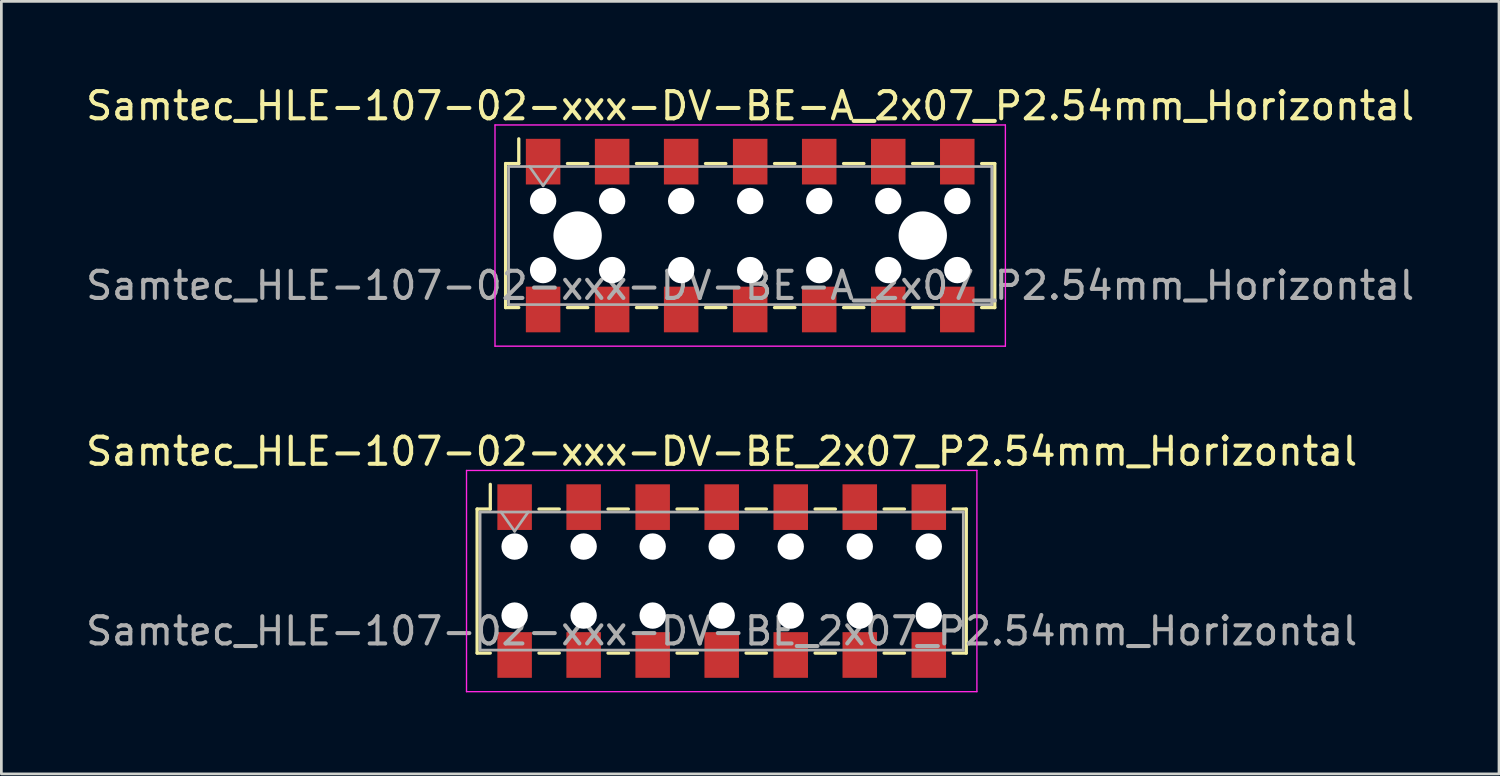
<source format=kicad_pcb>
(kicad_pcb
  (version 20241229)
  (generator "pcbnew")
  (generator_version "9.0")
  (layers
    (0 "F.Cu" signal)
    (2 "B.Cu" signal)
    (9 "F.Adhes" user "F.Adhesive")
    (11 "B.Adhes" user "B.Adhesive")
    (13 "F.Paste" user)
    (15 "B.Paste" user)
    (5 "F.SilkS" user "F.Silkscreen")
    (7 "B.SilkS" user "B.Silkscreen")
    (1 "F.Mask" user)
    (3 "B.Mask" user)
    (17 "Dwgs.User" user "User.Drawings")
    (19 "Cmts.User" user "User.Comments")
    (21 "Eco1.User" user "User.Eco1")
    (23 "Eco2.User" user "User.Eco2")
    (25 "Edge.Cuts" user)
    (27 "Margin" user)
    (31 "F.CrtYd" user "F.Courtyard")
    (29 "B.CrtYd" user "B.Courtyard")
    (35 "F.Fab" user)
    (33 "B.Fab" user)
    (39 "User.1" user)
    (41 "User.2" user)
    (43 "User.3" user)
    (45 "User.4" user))
  (footprint "Samtec_HLE-107-02-xxx-DV-BE_2x07_P2.54mm_Horizontal"
    (layer "F.Cu")
    (at 23.506 18.331)
    (property "Reference" "Samtec_HLE-107-02-xxx-DV-BE_2x07_P2.54mm_Horizontal" (at 0 -4.77 0) (layer "F.SilkS") (effects (font (size 1 1) (thickness 0.15))))
    (attr smd)
    (fp_line (start -9 -2.65) (end -9 2.65) (stroke (width 0.12) (type solid)) (layer "F.SilkS"))
    (fp_line (start -9 2.65) (end -8.515 2.65) (stroke (width 0.12) (type solid)) (layer "F.SilkS"))
    (fp_line (start -8.515 -3.56) (end -8.515 -2.65) (stroke (width 0.12) (type solid)) (layer "F.SilkS"))
    (fp_line (start -8.515 -2.65) (end -9 -2.65) (stroke (width 0.12) (type solid)) (layer "F.SilkS"))
    (fp_line (start -6.725 -2.65) (end -5.975 -2.65) (stroke (width 0.12) (type solid)) (layer "F.SilkS"))
    (fp_line (start -6.725 2.65) (end -5.975 2.65) (stroke (width 0.12) (type solid)) (layer "F.SilkS"))
    (fp_line (start -4.185 -2.65) (end -3.435 -2.65) (stroke (width 0.12) (type solid)) (layer "F.SilkS"))
    (fp_line (start -4.185 2.65) (end -3.435 2.65) (stroke (width 0.12) (type solid)) (layer "F.SilkS"))
    (fp_line (start -1.645 -2.65) (end -0.895 -2.65) (stroke (width 0.12) (type solid)) (layer "F.SilkS"))
    (fp_line (start -1.645 2.65) (end -0.895 2.65) (stroke (width 0.12) (type solid)) (layer "F.SilkS"))
    (fp_line (start 0.895 -2.65) (end 1.645 -2.65) (stroke (width 0.12) (type solid)) (layer "F.SilkS"))
    (fp_line (start 0.895 2.65) (end 1.645 2.65) (stroke (width 0.12) (type solid)) (layer "F.SilkS"))
    (fp_line (start 3.435 -2.65) (end 4.185 -2.65) (stroke (width 0.12) (type solid)) (layer "F.SilkS"))
    (fp_line (start 3.435 2.65) (end 4.185 2.65) (stroke (width 0.12) (type solid)) (layer "F.SilkS"))
    (fp_line (start 5.975 -2.65) (end 6.725 -2.65) (stroke (width 0.12) (type solid)) (layer "F.SilkS"))
    (fp_line (start 5.975 2.65) (end 6.725 2.65) (stroke (width 0.12) (type solid)) (layer "F.SilkS"))
    (fp_line (start 8.515 -2.65) (end 9 -2.65) (stroke (width 0.12) (type solid)) (layer "F.SilkS"))
    (fp_line (start 9 -2.65) (end 9 2.65) (stroke (width 0.12) (type solid)) (layer "F.SilkS"))
    (fp_line (start 9 2.65) (end 8.515 2.65) (stroke (width 0.12) (type solid)) (layer "F.SilkS"))
    (fp_line (start -9.39 -4.07) (end 9.39 -4.07) (stroke (width 0.05) (type solid)) (layer "F.CrtYd"))
    (fp_line (start -9.39 4.07) (end -9.39 -4.07) (stroke (width 0.05) (type solid)) (layer "F.CrtYd"))
    (fp_line (start 9.39 -4.07) (end 9.39 4.07) (stroke (width 0.05) (type solid)) (layer "F.CrtYd"))
    (fp_line (start 9.39 4.07) (end -9.39 4.07) (stroke (width 0.05) (type solid)) (layer "F.CrtYd"))
    (fp_line (start -8.89 -2.54) (end 8.89 -2.54) (stroke (width 0.1) (type solid)) (layer "F.Fab"))
    (fp_line (start -8.89 2.54) (end -8.89 -2.54) (stroke (width 0.1) (type solid)) (layer "F.Fab"))
    (fp_line (start -8.12 -2.54) (end -7.62 -1.833) (stroke (width 0.1) (type solid)) (layer "F.Fab"))
    (fp_line (start -7.62 -1.833) (end -7.12 -2.54) (stroke (width 0.1) (type solid)) (layer "F.Fab"))
    (fp_line (start 8.89 -2.54) (end 8.89 2.54) (stroke (width 0.1) (type solid)) (layer "F.Fab"))
    (fp_line (start 8.89 2.54) (end -8.89 2.54) (stroke (width 0.1) (type solid)) (layer "F.Fab"))
    (fp_text user "${REFERENCE}" (at 0 1.84 0) (layer "F.Fab") (effects (font (size 1 1) (thickness 0.15))))
    (pad "" np_thru_hole circle (at -7.62 -1.27) (size 0.97 0.97) (drill 0.97) (layers "*.Cu" "*.Mask"))
    (pad "" np_thru_hole circle (at -7.62 1.27) (size 0.97 0.97) (drill 0.97) (layers "*.Cu" "*.Mask"))
    (pad "" np_thru_hole circle (at -5.08 -1.27) (size 0.97 0.97) (drill 0.97) (layers "*.Cu" "*.Mask"))
    (pad "" np_thru_hole circle (at -5.08 1.27) (size 0.97 0.97) (drill 0.97) (layers "*.Cu" "*.Mask"))
    (pad "" np_thru_hole circle (at -2.54 -1.27) (size 0.97 0.97) (drill 0.97) (layers "*.Cu" "*.Mask"))
    (pad "" np_thru_hole circle (at -2.54 1.27) (size 0.97 0.97) (drill 0.97) (layers "*.Cu" "*.Mask"))
    (pad "" np_thru_hole circle (at 0 -1.27) (size 0.97 0.97) (drill 0.97) (layers "*.Cu" "*.Mask"))
    (pad "" np_thru_hole circle (at 0 1.27) (size 0.97 0.97) (drill 0.97) (layers "*.Cu" "*.Mask"))
    (pad "" np_thru_hole circle (at 2.54 -1.27) (size 0.97 0.97) (drill 0.97) (layers "*.Cu" "*.Mask"))
    (pad "" np_thru_hole circle (at 2.54 1.27) (size 0.97 0.97) (drill 0.97) (layers "*.Cu" "*.Mask"))
    (pad "" np_thru_hole circle (at 5.08 -1.27) (size 0.97 0.97) (drill 0.97) (layers "*.Cu" "*.Mask"))
    (pad "" np_thru_hole circle (at 5.08 1.27) (size 0.97 0.97) (drill 0.97) (layers "*.Cu" "*.Mask"))
    (pad "" np_thru_hole circle (at 7.62 -1.27) (size 0.97 0.97) (drill 0.97) (layers "*.Cu" "*.Mask"))
    (pad "" np_thru_hole circle (at 7.62 1.27) (size 0.97 0.97) (drill 0.97) (layers "*.Cu" "*.Mask"))
    (pad "1" smd rect (at -7.62 -2.72) (size 1.27 1.68) (layers "F.Cu" "F.Mask" "F.Paste"))
    (pad "2" smd rect (at -7.62 2.72) (size 1.27 1.68) (layers "F.Cu" "F.Mask" "F.Paste"))
    (pad "3" smd rect (at -5.08 -2.72) (size 1.27 1.68) (layers "F.Cu" "F.Mask" "F.Paste"))
    (pad "4" smd rect (at -5.08 2.72) (size 1.27 1.68) (layers "F.Cu" "F.Mask" "F.Paste"))
    (pad "5" smd rect (at -2.54 -2.72) (size 1.27 1.68) (layers "F.Cu" "F.Mask" "F.Paste"))
    (pad "6" smd rect (at -2.54 2.72) (size 1.27 1.68) (layers "F.Cu" "F.Mask" "F.Paste"))
    (pad "7" smd rect (at 0 -2.72) (size 1.27 1.68) (layers "F.Cu" "F.Mask" "F.Paste"))
    (pad "8" smd rect (at 0 2.72) (size 1.27 1.68) (layers "F.Cu" "F.Mask" "F.Paste"))
    (pad "9" smd rect (at 2.54 -2.72) (size 1.27 1.68) (layers "F.Cu" "F.Mask" "F.Paste"))
    (pad "10" smd rect (at 2.54 2.72) (size 1.27 1.68) (layers "F.Cu" "F.Mask" "F.Paste"))
    (pad "11" smd rect (at 5.08 -2.72) (size 1.27 1.68) (layers "F.Cu" "F.Mask" "F.Paste"))
    (pad "12" smd rect (at 5.08 2.72) (size 1.27 1.68) (layers "F.Cu" "F.Mask" "F.Paste"))
    (pad "13" smd rect (at 7.62 -2.72) (size 1.27 1.68) (layers "F.Cu" "F.Mask" "F.Paste"))
    (pad "14" smd rect (at 7.62 2.72) (size 1.27 1.68) (layers "F.Cu" "F.Mask" "F.Paste")))
  (footprint "Samtec_HLE-107-02-xxx-DV-BE-A_2x07_P2.54mm_Horizontal"
    (layer "F.Cu")
    (at 24.554 5.618)
    (property "Reference" "Samtec_HLE-107-02-xxx-DV-BE-A_2x07_P2.54mm_Horizontal" (at 0 -4.77 0) (layer "F.SilkS") (effects (font (size 1 1) (thickness 0.15))))
    (attr smd)
    (fp_line (start -9 -2.65) (end -9 2.65) (stroke (width 0.12) (type solid)) (layer "F.SilkS"))
    (fp_line (start -9 2.65) (end -8.515 2.65) (stroke (width 0.12) (type solid)) (layer "F.SilkS"))
    (fp_line (start -8.515 -3.56) (end -8.515 -2.65) (stroke (width 0.12) (type solid)) (layer "F.SilkS"))
    (fp_line (start -8.515 -2.65) (end -9 -2.65) (stroke (width 0.12) (type solid)) (layer "F.SilkS"))
    (fp_line (start -6.725 -2.65) (end -5.975 -2.65) (stroke (width 0.12) (type solid)) (layer "F.SilkS"))
    (fp_line (start -6.725 2.65) (end -5.975 2.65) (stroke (width 0.12) (type solid)) (layer "F.SilkS"))
    (fp_line (start -4.185 -2.65) (end -3.435 -2.65) (stroke (width 0.12) (type solid)) (layer "F.SilkS"))
    (fp_line (start -4.185 2.65) (end -3.435 2.65) (stroke (width 0.12) (type solid)) (layer "F.SilkS"))
    (fp_line (start -1.645 -2.65) (end -0.895 -2.65) (stroke (width 0.12) (type solid)) (layer "F.SilkS"))
    (fp_line (start -1.645 2.65) (end -0.895 2.65) (stroke (width 0.12) (type solid)) (layer "F.SilkS"))
    (fp_line (start 0.895 -2.65) (end 1.645 -2.65) (stroke (width 0.12) (type solid)) (layer "F.SilkS"))
    (fp_line (start 0.895 2.65) (end 1.645 2.65) (stroke (width 0.12) (type solid)) (layer "F.SilkS"))
    (fp_line (start 3.435 -2.65) (end 4.185 -2.65) (stroke (width 0.12) (type solid)) (layer "F.SilkS"))
    (fp_line (start 3.435 2.65) (end 4.185 2.65) (stroke (width 0.12) (type solid)) (layer "F.SilkS"))
    (fp_line (start 5.975 -2.65) (end 6.725 -2.65) (stroke (width 0.12) (type solid)) (layer "F.SilkS"))
    (fp_line (start 5.975 2.65) (end 6.725 2.65) (stroke (width 0.12) (type solid)) (layer "F.SilkS"))
    (fp_line (start 8.515 -2.65) (end 9 -2.65) (stroke (width 0.12) (type solid)) (layer "F.SilkS"))
    (fp_line (start 9 -2.65) (end 9 2.65) (stroke (width 0.12) (type solid)) (layer "F.SilkS"))
    (fp_line (start 9 2.65) (end 8.515 2.65) (stroke (width 0.12) (type solid)) (layer "F.SilkS"))
    (fp_line (start -9.39 -4.07) (end 9.39 -4.07) (stroke (width 0.05) (type solid)) (layer "F.CrtYd"))
    (fp_line (start -9.39 4.07) (end -9.39 -4.07) (stroke (width 0.05) (type solid)) (layer "F.CrtYd"))
    (fp_line (start 9.39 -4.07) (end 9.39 4.07) (stroke (width 0.05) (type solid)) (layer "F.CrtYd"))
    (fp_line (start 9.39 4.07) (end -9.39 4.07) (stroke (width 0.05) (type solid)) (layer "F.CrtYd"))
    (fp_line (start -8.89 -2.54) (end 8.89 -2.54) (stroke (width 0.1) (type solid)) (layer "F.Fab"))
    (fp_line (start -8.89 2.54) (end -8.89 -2.54) (stroke (width 0.1) (type solid)) (layer "F.Fab"))
    (fp_line (start -8.12 -2.54) (end -7.62 -1.833) (stroke (width 0.1) (type solid)) (layer "F.Fab"))
    (fp_line (start -7.62 -1.833) (end -7.12 -2.54) (stroke (width 0.1) (type solid)) (layer "F.Fab"))
    (fp_line (start 8.89 -2.54) (end 8.89 2.54) (stroke (width 0.1) (type solid)) (layer "F.Fab"))
    (fp_line (start 8.89 2.54) (end -8.89 2.54) (stroke (width 0.1) (type solid)) (layer "F.Fab"))
    (fp_text user "${REFERENCE}" (at 0 1.84 0) (layer "F.Fab") (effects (font (size 1 1) (thickness 0.15))))
    (pad "" np_thru_hole circle (at -7.62 -1.27) (size 0.97 0.97) (drill 0.97) (layers "*.Cu" "*.Mask"))
    (pad "" np_thru_hole circle (at -7.62 1.27) (size 0.97 0.97) (drill 0.97) (layers "*.Cu" "*.Mask"))
    (pad "" np_thru_hole circle (at -6.35 0) (size 1.78 1.78) (drill 1.78) (layers "*.Cu" "*.Mask"))
    (pad "" np_thru_hole circle (at -5.08 -1.27) (size 0.97 0.97) (drill 0.97) (layers "*.Cu" "*.Mask"))
    (pad "" np_thru_hole circle (at -5.08 1.27) (size 0.97 0.97) (drill 0.97) (layers "*.Cu" "*.Mask"))
    (pad "" np_thru_hole circle (at -2.54 -1.27) (size 0.97 0.97) (drill 0.97) (layers "*.Cu" "*.Mask"))
    (pad "" np_thru_hole circle (at -2.54 1.27) (size 0.97 0.97) (drill 0.97) (layers "*.Cu" "*.Mask"))
    (pad "" np_thru_hole circle (at 0 -1.27) (size 0.97 0.97) (drill 0.97) (layers "*.Cu" "*.Mask"))
    (pad "" np_thru_hole circle (at 0 1.27) (size 0.97 0.97) (drill 0.97) (layers "*.Cu" "*.Mask"))
    (pad "" np_thru_hole circle (at 2.54 -1.27) (size 0.97 0.97) (drill 0.97) (layers "*.Cu" "*.Mask"))
    (pad "" np_thru_hole circle (at 2.54 1.27) (size 0.97 0.97) (drill 0.97) (layers "*.Cu" "*.Mask"))
    (pad "" np_thru_hole circle (at 5.08 -1.27) (size 0.97 0.97) (drill 0.97) (layers "*.Cu" "*.Mask"))
    (pad "" np_thru_hole circle (at 5.08 1.27) (size 0.97 0.97) (drill 0.97) (layers "*.Cu" "*.Mask"))
    (pad "" np_thru_hole circle (at 6.35 0) (size 1.78 1.78) (drill 1.78) (layers "*.Cu" "*.Mask"))
    (pad "" np_thru_hole circle (at 7.62 -1.27) (size 0.97 0.97) (drill 0.97) (layers "*.Cu" "*.Mask"))
    (pad "" np_thru_hole circle (at 7.62 1.27) (size 0.97 0.97) (drill 0.97) (layers "*.Cu" "*.Mask"))
    (pad "1" smd rect (at -7.62 -2.72) (size 1.27 1.68) (layers "F.Cu" "F.Mask" "F.Paste"))
    (pad "2" smd rect (at -7.62 2.72) (size 1.27 1.68) (layers "F.Cu" "F.Mask" "F.Paste"))
    (pad "3" smd rect (at -5.08 -2.72) (size 1.27 1.68) (layers "F.Cu" "F.Mask" "F.Paste"))
    (pad "4" smd rect (at -5.08 2.72) (size 1.27 1.68) (layers "F.Cu" "F.Mask" "F.Paste"))
    (pad "5" smd rect (at -2.54 -2.72) (size 1.27 1.68) (layers "F.Cu" "F.Mask" "F.Paste"))
    (pad "6" smd rect (at -2.54 2.72) (size 1.27 1.68) (layers "F.Cu" "F.Mask" "F.Paste"))
    (pad "7" smd rect (at 0 -2.72) (size 1.27 1.68) (layers "F.Cu" "F.Mask" "F.Paste"))
    (pad "8" smd rect (at 0 2.72) (size 1.27 1.68) (layers "F.Cu" "F.Mask" "F.Paste"))
    (pad "9" smd rect (at 2.54 -2.72) (size 1.27 1.68) (layers "F.Cu" "F.Mask" "F.Paste"))
    (pad "10" smd rect (at 2.54 2.72) (size 1.27 1.68) (layers "F.Cu" "F.Mask" "F.Paste"))
    (pad "11" smd rect (at 5.08 -2.72) (size 1.27 1.68) (layers "F.Cu" "F.Mask" "F.Paste"))
    (pad "12" smd rect (at 5.08 2.72) (size 1.27 1.68) (layers "F.Cu" "F.Mask" "F.Paste"))
    (pad "13" smd rect (at 7.62 -2.72) (size 1.27 1.68) (layers "F.Cu" "F.Mask" "F.Paste"))
    (pad "14" smd rect (at 7.62 2.72) (size 1.27 1.68) (layers "F.Cu" "F.Mask" "F.Paste")))
  (gr_rect
    (start -3 -3)
    (end 52.107 25.427)
    (stroke (width 0.1) (type default))
    (fill no)
    (layer "Edge.Cuts")))
</source>
